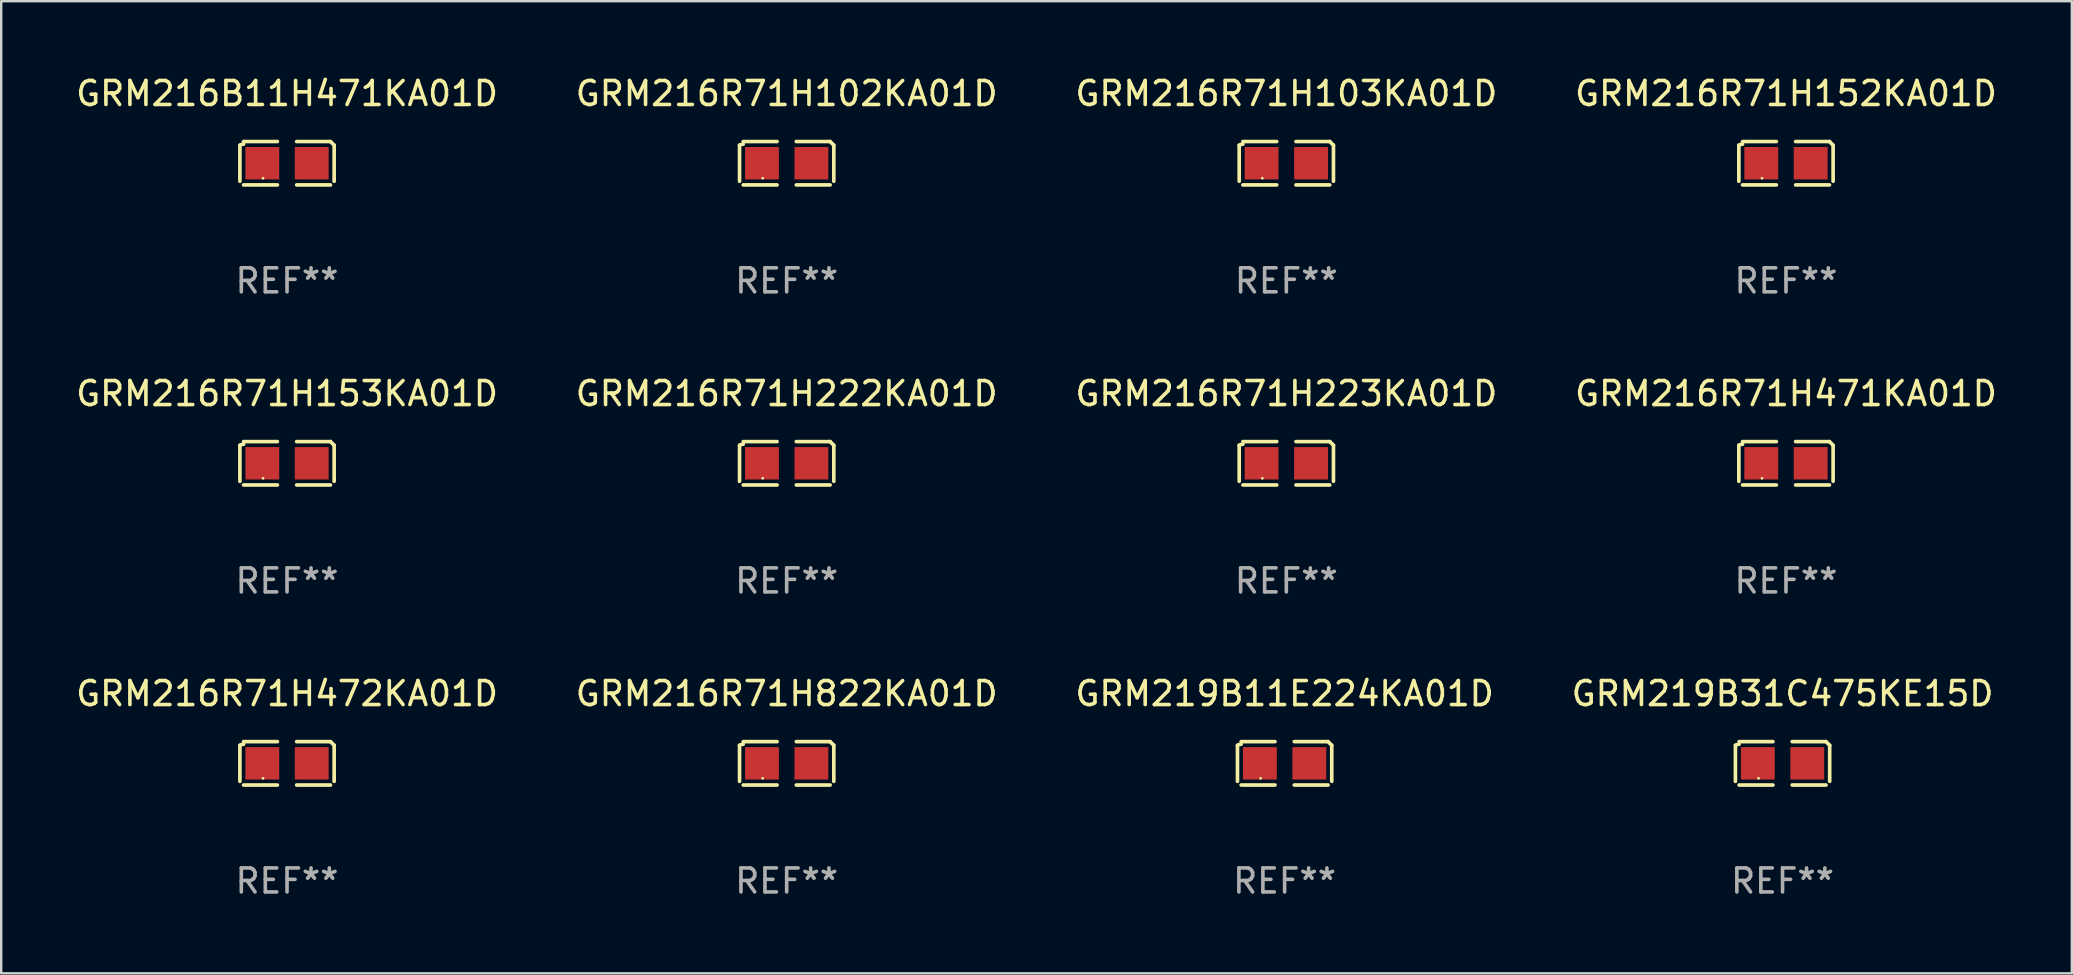
<source format=kicad_pcb>
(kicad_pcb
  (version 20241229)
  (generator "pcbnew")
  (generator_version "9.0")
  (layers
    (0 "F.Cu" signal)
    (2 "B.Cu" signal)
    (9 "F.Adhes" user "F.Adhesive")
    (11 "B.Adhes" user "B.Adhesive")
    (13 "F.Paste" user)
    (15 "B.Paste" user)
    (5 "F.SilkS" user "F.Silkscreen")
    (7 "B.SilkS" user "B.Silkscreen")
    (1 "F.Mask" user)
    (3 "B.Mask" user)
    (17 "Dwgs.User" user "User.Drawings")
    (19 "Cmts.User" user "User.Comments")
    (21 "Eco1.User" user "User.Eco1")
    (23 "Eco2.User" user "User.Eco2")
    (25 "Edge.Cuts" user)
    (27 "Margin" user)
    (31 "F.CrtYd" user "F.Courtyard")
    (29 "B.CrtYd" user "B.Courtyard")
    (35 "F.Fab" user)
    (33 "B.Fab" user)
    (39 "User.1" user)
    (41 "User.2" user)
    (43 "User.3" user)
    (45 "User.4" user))
  (footprint "GRM216R71H222KA01D"
    (layer "F.Cu")
    (at 29.732 16.256)
    (property "Reference" "GRM216R71H222KA01D" (at 0 -2.904 0) (layer "F.SilkS") (effects (font (size 1 1) (thickness 0.15))))
    (attr through_hole)
    (fp_line (start -1.964 0.751) (end -1.964 -0.751) (stroke (width 0.152) (type solid)) (layer "F.SilkS"))
    (fp_line (start -1.811 -0.904) (end -0.401 -0.904) (stroke (width 0.152) (type solid)) (layer "F.SilkS"))
    (fp_line (start -0.401 0.904) (end -1.811 0.904) (stroke (width 0.152) (type solid)) (layer "F.SilkS"))
    (fp_line (start 0.401 0.904) (end 1.811 0.904) (stroke (width 0.152) (type solid)) (layer "F.SilkS"))
    (fp_line (start 1.811 -0.904) (end 0.401 -0.904) (stroke (width 0.152) (type solid)) (layer "F.SilkS"))
    (fp_line (start 1.964 0.751) (end 1.964 -0.751) (stroke (width 0.152) (type solid)) (layer "F.SilkS"))
    (fp_arc (start -1.963602 -0.751207) (mid -1.890354 -0.783131) (end -1.811201 -0.794044) (stroke (width 0.1524) (type solid)) (layer "F.SilkS"))
    (fp_arc (start 1.811202 -0.903607) (mid 1.887413 -0.827418) (end 1.963602 -0.751207) (stroke (width 0.1524) (type solid)) (layer "F.SilkS"))
    (fp_circle (center -1 0.625) (end -0.97 0.625) (stroke (width 0.06) (type solid)) (fill no) (layer "F.SilkS"))
    (fp_text user "REF**" (at 0 4.904 0) (layer "F.Fab") (effects (font (size 1 1) (thickness 0.15))))
    (pad "1" smd rect (at -1.03 0) (size 1.41 1.35) (layers "F.Cu" "F.Mask" "F.Paste"))
    (pad "2" smd rect (at 1.03 0) (size 1.41 1.35) (layers "F.Cu" "F.Mask" "F.Paste")))
  (footprint "GRM216R71H152KA01D"
    (layer "F.Cu")
    (at 71.375 3.752)
    (property "Reference" "GRM216R71H152KA01D" (at 0 -2.904 0) (layer "F.SilkS") (effects (font (size 1 1) (thickness 0.15))))
    (attr through_hole)
    (fp_line (start -1.964 0.751) (end -1.964 -0.751) (stroke (width 0.152) (type solid)) (layer "F.SilkS"))
    (fp_line (start -1.811 -0.904) (end -0.401 -0.904) (stroke (width 0.152) (type solid)) (layer "F.SilkS"))
    (fp_line (start -0.401 0.904) (end -1.811 0.904) (stroke (width 0.152) (type solid)) (layer "F.SilkS"))
    (fp_line (start 0.401 0.904) (end 1.811 0.904) (stroke (width 0.152) (type solid)) (layer "F.SilkS"))
    (fp_line (start 1.811 -0.904) (end 0.401 -0.904) (stroke (width 0.152) (type solid)) (layer "F.SilkS"))
    (fp_line (start 1.964 0.751) (end 1.964 -0.751) (stroke (width 0.152) (type solid)) (layer "F.SilkS"))
    (fp_arc (start -1.963602 -0.751207) (mid -1.890354 -0.783131) (end -1.811201 -0.794044) (stroke (width 0.1524) (type solid)) (layer "F.SilkS"))
    (fp_arc (start 1.811202 -0.903607) (mid 1.887413 -0.827418) (end 1.963602 -0.751207) (stroke (width 0.1524) (type solid)) (layer "F.SilkS"))
    (fp_circle (center -1 0.625) (end -0.97 0.625) (stroke (width 0.06) (type solid)) (fill no) (layer "F.SilkS"))
    (fp_text user "REF**" (at 0 4.904 0) (layer "F.Fab") (effects (font (size 1 1) (thickness 0.15))))
    (pad "1" smd rect (at -1.03 0) (size 1.41 1.35) (layers "F.Cu" "F.Mask" "F.Paste"))
    (pad "2" smd rect (at 1.03 0) (size 1.41 1.35) (layers "F.Cu" "F.Mask" "F.Paste")))
  (footprint "GRM216R71H472KA01D"
    (layer "F.Cu")
    (at 8.911 28.759)
    (property "Reference" "GRM216R71H472KA01D" (at 0 -2.904 0) (layer "F.SilkS") (effects (font (size 1 1) (thickness 0.15))))
    (attr through_hole)
    (fp_line (start -1.964 0.751) (end -1.964 -0.751) (stroke (width 0.152) (type solid)) (layer "F.SilkS"))
    (fp_line (start -1.811 -0.904) (end -0.401 -0.904) (stroke (width 0.152) (type solid)) (layer "F.SilkS"))
    (fp_line (start -0.401 0.904) (end -1.811 0.904) (stroke (width 0.152) (type solid)) (layer "F.SilkS"))
    (fp_line (start 0.401 0.904) (end 1.811 0.904) (stroke (width 0.152) (type solid)) (layer "F.SilkS"))
    (fp_line (start 1.811 -0.904) (end 0.401 -0.904) (stroke (width 0.152) (type solid)) (layer "F.SilkS"))
    (fp_line (start 1.964 0.751) (end 1.964 -0.751) (stroke (width 0.152) (type solid)) (layer "F.SilkS"))
    (fp_arc (start -1.963602 -0.751207) (mid -1.890354 -0.783131) (end -1.811201 -0.794044) (stroke (width 0.1524) (type solid)) (layer "F.SilkS"))
    (fp_arc (start 1.811202 -0.903607) (mid 1.887413 -0.827418) (end 1.963602 -0.751207) (stroke (width 0.1524) (type solid)) (layer "F.SilkS"))
    (fp_circle (center -1 0.625) (end -0.97 0.625) (stroke (width 0.06) (type solid)) (fill no) (layer "F.SilkS"))
    (fp_text user "REF**" (at 0 4.904 0) (layer "F.Fab") (effects (font (size 1 1) (thickness 0.15))))
    (pad "1" smd rect (at -1.03 0) (size 1.41 1.35) (layers "F.Cu" "F.Mask" "F.Paste"))
    (pad "2" smd rect (at 1.03 0) (size 1.41 1.35) (layers "F.Cu" "F.Mask" "F.Paste")))
  (footprint "GRM216B11H471KA01D"
    (layer "F.Cu")
    (at 8.911 3.752)
    (property "Reference" "GRM216B11H471KA01D" (at 0 -2.904 0) (layer "F.SilkS") (effects (font (size 1 1) (thickness 0.15))))
    (attr through_hole)
    (fp_line (start -1.964 0.751) (end -1.964 -0.751) (stroke (width 0.152) (type solid)) (layer "F.SilkS"))
    (fp_line (start -1.811 -0.904) (end -0.401 -0.904) (stroke (width 0.152) (type solid)) (layer "F.SilkS"))
    (fp_line (start -0.401 0.904) (end -1.811 0.904) (stroke (width 0.152) (type solid)) (layer "F.SilkS"))
    (fp_line (start 0.401 0.904) (end 1.811 0.904) (stroke (width 0.152) (type solid)) (layer "F.SilkS"))
    (fp_line (start 1.811 -0.904) (end 0.401 -0.904) (stroke (width 0.152) (type solid)) (layer "F.SilkS"))
    (fp_line (start 1.964 0.751) (end 1.964 -0.751) (stroke (width 0.152) (type solid)) (layer "F.SilkS"))
    (fp_arc (start -1.963602 -0.751207) (mid -1.890354 -0.783131) (end -1.811201 -0.794044) (stroke (width 0.1524) (type solid)) (layer "F.SilkS"))
    (fp_arc (start 1.811202 -0.903607) (mid 1.887413 -0.827418) (end 1.963602 -0.751207) (stroke (width 0.1524) (type solid)) (layer "F.SilkS"))
    (fp_circle (center -1 0.625) (end -0.97 0.625) (stroke (width 0.06) (type solid)) (fill no) (layer "F.SilkS"))
    (fp_text user "REF**" (at 0 4.904 0) (layer "F.Fab") (effects (font (size 1 1) (thickness 0.15))))
    (pad "1" smd rect (at -1.03 0) (size 1.41 1.35) (layers "F.Cu" "F.Mask" "F.Paste"))
    (pad "2" smd rect (at 1.03 0) (size 1.41 1.35) (layers "F.Cu" "F.Mask" "F.Paste")))
  (footprint "GRM216R71H102KA01D"
    (layer "F.Cu")
    (at 29.732 3.752)
    (property "Reference" "GRM216R71H102KA01D" (at 0 -2.904 0) (layer "F.SilkS") (effects (font (size 1 1) (thickness 0.15))))
    (attr through_hole)
    (fp_line (start -1.964 0.751) (end -1.964 -0.751) (stroke (width 0.152) (type solid)) (layer "F.SilkS"))
    (fp_line (start -1.811 -0.904) (end -0.401 -0.904) (stroke (width 0.152) (type solid)) (layer "F.SilkS"))
    (fp_line (start -0.401 0.904) (end -1.811 0.904) (stroke (width 0.152) (type solid)) (layer "F.SilkS"))
    (fp_line (start 0.401 0.904) (end 1.811 0.904) (stroke (width 0.152) (type solid)) (layer "F.SilkS"))
    (fp_line (start 1.811 -0.904) (end 0.401 -0.904) (stroke (width 0.152) (type solid)) (layer "F.SilkS"))
    (fp_line (start 1.964 0.751) (end 1.964 -0.751) (stroke (width 0.152) (type solid)) (layer "F.SilkS"))
    (fp_arc (start -1.963602 -0.751207) (mid -1.890354 -0.783131) (end -1.811201 -0.794044) (stroke (width 0.1524) (type solid)) (layer "F.SilkS"))
    (fp_arc (start 1.811202 -0.903607) (mid 1.887413 -0.827418) (end 1.963602 -0.751207) (stroke (width 0.1524) (type solid)) (layer "F.SilkS"))
    (fp_circle (center -1 0.625) (end -0.97 0.625) (stroke (width 0.06) (type solid)) (fill no) (layer "F.SilkS"))
    (fp_text user "REF**" (at 0 4.904 0) (layer "F.Fab") (effects (font (size 1 1) (thickness 0.15))))
    (pad "1" smd rect (at -1.03 0) (size 1.41 1.35) (layers "F.Cu" "F.Mask" "F.Paste"))
    (pad "2" smd rect (at 1.03 0) (size 1.41 1.35) (layers "F.Cu" "F.Mask" "F.Paste")))
  (footprint "GRM216R71H822KA01D"
    (layer "F.Cu")
    (at 29.732 28.759)
    (property "Reference" "GRM216R71H822KA01D" (at 0 -2.904 0) (layer "F.SilkS") (effects (font (size 1 1) (thickness 0.15))))
    (attr through_hole)
    (fp_line (start -1.964 0.751) (end -1.964 -0.751) (stroke (width 0.152) (type solid)) (layer "F.SilkS"))
    (fp_line (start -1.811 -0.904) (end -0.401 -0.904) (stroke (width 0.152) (type solid)) (layer "F.SilkS"))
    (fp_line (start -0.401 0.904) (end -1.811 0.904) (stroke (width 0.152) (type solid)) (layer "F.SilkS"))
    (fp_line (start 0.401 0.904) (end 1.811 0.904) (stroke (width 0.152) (type solid)) (layer "F.SilkS"))
    (fp_line (start 1.811 -0.904) (end 0.401 -0.904) (stroke (width 0.152) (type solid)) (layer "F.SilkS"))
    (fp_line (start 1.964 0.751) (end 1.964 -0.751) (stroke (width 0.152) (type solid)) (layer "F.SilkS"))
    (fp_arc (start -1.963602 -0.751207) (mid -1.890354 -0.783131) (end -1.811201 -0.794044) (stroke (width 0.1524) (type solid)) (layer "F.SilkS"))
    (fp_arc (start 1.811202 -0.903607) (mid 1.887413 -0.827418) (end 1.963602 -0.751207) (stroke (width 0.1524) (type solid)) (layer "F.SilkS"))
    (fp_circle (center -1 0.625) (end -0.97 0.625) (stroke (width 0.06) (type solid)) (fill no) (layer "F.SilkS"))
    (fp_text user "REF**" (at 0 4.904 0) (layer "F.Fab") (effects (font (size 1 1) (thickness 0.15))))
    (pad "1" smd rect (at -1.03 0) (size 1.41 1.35) (layers "F.Cu" "F.Mask" "F.Paste"))
    (pad "2" smd rect (at 1.03 0) (size 1.41 1.35) (layers "F.Cu" "F.Mask" "F.Paste")))
  (footprint "GRM219B31C475KE15D"
    (layer "F.Cu")
    (at 71.232 28.759)
    (property "Reference" "GRM219B31C475KE15D" (at 0 -2.904 0) (layer "F.SilkS") (effects (font (size 1 1) (thickness 0.15))))
    (attr through_hole)
    (fp_line (start -1.964 0.751) (end -1.964 -0.751) (stroke (width 0.152) (type solid)) (layer "F.SilkS"))
    (fp_line (start -1.811 -0.904) (end -0.401 -0.904) (stroke (width 0.152) (type solid)) (layer "F.SilkS"))
    (fp_line (start -0.401 0.904) (end -1.811 0.904) (stroke (width 0.152) (type solid)) (layer "F.SilkS"))
    (fp_line (start 0.401 0.904) (end 1.811 0.904) (stroke (width 0.152) (type solid)) (layer "F.SilkS"))
    (fp_line (start 1.811 -0.904) (end 0.401 -0.904) (stroke (width 0.152) (type solid)) (layer "F.SilkS"))
    (fp_line (start 1.964 0.751) (end 1.964 -0.751) (stroke (width 0.152) (type solid)) (layer "F.SilkS"))
    (fp_arc (start -1.963602 -0.751207) (mid -1.890354 -0.783131) (end -1.811201 -0.794044) (stroke (width 0.1524) (type solid)) (layer "F.SilkS"))
    (fp_arc (start 1.811202 -0.903607) (mid 1.887413 -0.827418) (end 1.963602 -0.751207) (stroke (width 0.1524) (type solid)) (layer "F.SilkS"))
    (fp_circle (center -1 0.625) (end -0.97 0.625) (stroke (width 0.06) (type solid)) (fill no) (layer "F.SilkS"))
    (fp_text user "REF**" (at 0 4.904 0) (layer "F.Fab") (effects (font (size 1 1) (thickness 0.15))))
    (pad "1" smd rect (at -1.03 0) (size 1.41 1.35) (layers "F.Cu" "F.Mask" "F.Paste"))
    (pad "2" smd rect (at 1.03 0) (size 1.41 1.35) (layers "F.Cu" "F.Mask" "F.Paste")))
  (footprint "GRM219B11E224KA01D"
    (layer "F.Cu")
    (at 50.482 28.759)
    (property "Reference" "GRM219B11E224KA01D" (at 0 -2.904 0) (layer "F.SilkS") (effects (font (size 1 1) (thickness 0.15))))
    (attr through_hole)
    (fp_line (start -1.964 0.751) (end -1.964 -0.751) (stroke (width 0.152) (type solid)) (layer "F.SilkS"))
    (fp_line (start -1.811 -0.904) (end -0.401 -0.904) (stroke (width 0.152) (type solid)) (layer "F.SilkS"))
    (fp_line (start -0.401 0.904) (end -1.811 0.904) (stroke (width 0.152) (type solid)) (layer "F.SilkS"))
    (fp_line (start 0.401 0.904) (end 1.811 0.904) (stroke (width 0.152) (type solid)) (layer "F.SilkS"))
    (fp_line (start 1.811 -0.904) (end 0.401 -0.904) (stroke (width 0.152) (type solid)) (layer "F.SilkS"))
    (fp_line (start 1.964 0.751) (end 1.964 -0.751) (stroke (width 0.152) (type solid)) (layer "F.SilkS"))
    (fp_arc (start -1.963602 -0.751207) (mid -1.890354 -0.783131) (end -1.811201 -0.794044) (stroke (width 0.1524) (type solid)) (layer "F.SilkS"))
    (fp_arc (start 1.811202 -0.903607) (mid 1.887413 -0.827418) (end 1.963602 -0.751207) (stroke (width 0.1524) (type solid)) (layer "F.SilkS"))
    (fp_circle (center -1 0.625) (end -0.97 0.625) (stroke (width 0.06) (type solid)) (fill no) (layer "F.SilkS"))
    (fp_text user "REF**" (at 0 4.904 0) (layer "F.Fab") (effects (font (size 1 1) (thickness 0.15))))
    (pad "1" smd rect (at -1.03 0) (size 1.41 1.35) (layers "F.Cu" "F.Mask" "F.Paste"))
    (pad "2" smd rect (at 1.03 0) (size 1.41 1.35) (layers "F.Cu" "F.Mask" "F.Paste")))
  (footprint "GRM216R71H223KA01D"
    (layer "F.Cu")
    (at 50.554 16.256)
    (property "Reference" "GRM216R71H223KA01D" (at 0 -2.904 0) (layer "F.SilkS") (effects (font (size 1 1) (thickness 0.15))))
    (attr through_hole)
    (fp_line (start -1.964 0.751) (end -1.964 -0.751) (stroke (width 0.152) (type solid)) (layer "F.SilkS"))
    (fp_line (start -1.811 -0.904) (end -0.401 -0.904) (stroke (width 0.152) (type solid)) (layer "F.SilkS"))
    (fp_line (start -0.401 0.904) (end -1.811 0.904) (stroke (width 0.152) (type solid)) (layer "F.SilkS"))
    (fp_line (start 0.401 0.904) (end 1.811 0.904) (stroke (width 0.152) (type solid)) (layer "F.SilkS"))
    (fp_line (start 1.811 -0.904) (end 0.401 -0.904) (stroke (width 0.152) (type solid)) (layer "F.SilkS"))
    (fp_line (start 1.964 0.751) (end 1.964 -0.751) (stroke (width 0.152) (type solid)) (layer "F.SilkS"))
    (fp_arc (start -1.963602 -0.751207) (mid -1.890354 -0.783131) (end -1.811201 -0.794044) (stroke (width 0.1524) (type solid)) (layer "F.SilkS"))
    (fp_arc (start 1.811202 -0.903607) (mid 1.887413 -0.827418) (end 1.963602 -0.751207) (stroke (width 0.1524) (type solid)) (layer "F.SilkS"))
    (fp_circle (center -1 0.625) (end -0.97 0.625) (stroke (width 0.06) (type solid)) (fill no) (layer "F.SilkS"))
    (fp_text user "REF**" (at 0 4.904 0) (layer "F.Fab") (effects (font (size 1 1) (thickness 0.15))))
    (pad "1" smd rect (at -1.03 0) (size 1.41 1.35) (layers "F.Cu" "F.Mask" "F.Paste"))
    (pad "2" smd rect (at 1.03 0) (size 1.41 1.35) (layers "F.Cu" "F.Mask" "F.Paste")))
  (footprint "GRM216R71H471KA01D"
    (layer "F.Cu")
    (at 71.375 16.256)
    (property "Reference" "GRM216R71H471KA01D" (at 0 -2.904 0) (layer "F.SilkS") (effects (font (size 1 1) (thickness 0.15))))
    (attr through_hole)
    (fp_line (start -1.964 0.751) (end -1.964 -0.751) (stroke (width 0.152) (type solid)) (layer "F.SilkS"))
    (fp_line (start -1.811 -0.904) (end -0.401 -0.904) (stroke (width 0.152) (type solid)) (layer "F.SilkS"))
    (fp_line (start -0.401 0.904) (end -1.811 0.904) (stroke (width 0.152) (type solid)) (layer "F.SilkS"))
    (fp_line (start 0.401 0.904) (end 1.811 0.904) (stroke (width 0.152) (type solid)) (layer "F.SilkS"))
    (fp_line (start 1.811 -0.904) (end 0.401 -0.904) (stroke (width 0.152) (type solid)) (layer "F.SilkS"))
    (fp_line (start 1.964 0.751) (end 1.964 -0.751) (stroke (width 0.152) (type solid)) (layer "F.SilkS"))
    (fp_arc (start -1.963602 -0.751207) (mid -1.890354 -0.783131) (end -1.811201 -0.794044) (stroke (width 0.1524) (type solid)) (layer "F.SilkS"))
    (fp_arc (start 1.811202 -0.903607) (mid 1.887413 -0.827418) (end 1.963602 -0.751207) (stroke (width 0.1524) (type solid)) (layer "F.SilkS"))
    (fp_circle (center -1 0.625) (end -0.97 0.625) (stroke (width 0.06) (type solid)) (fill no) (layer "F.SilkS"))
    (fp_text user "REF**" (at 0 4.904 0) (layer "F.Fab") (effects (font (size 1 1) (thickness 0.15))))
    (pad "1" smd rect (at -1.03 0) (size 1.41 1.35) (layers "F.Cu" "F.Mask" "F.Paste"))
    (pad "2" smd rect (at 1.03 0) (size 1.41 1.35) (layers "F.Cu" "F.Mask" "F.Paste")))
  (footprint "GRM216R71H153KA01D"
    (layer "F.Cu")
    (at 8.911 16.256)
    (property "Reference" "GRM216R71H153KA01D" (at 0 -2.904 0) (layer "F.SilkS") (effects (font (size 1 1) (thickness 0.15))))
    (attr through_hole)
    (fp_line (start -1.964 0.751) (end -1.964 -0.751) (stroke (width 0.152) (type solid)) (layer "F.SilkS"))
    (fp_line (start -1.811 -0.904) (end -0.401 -0.904) (stroke (width 0.152) (type solid)) (layer "F.SilkS"))
    (fp_line (start -0.401 0.904) (end -1.811 0.904) (stroke (width 0.152) (type solid)) (layer "F.SilkS"))
    (fp_line (start 0.401 0.904) (end 1.811 0.904) (stroke (width 0.152) (type solid)) (layer "F.SilkS"))
    (fp_line (start 1.811 -0.904) (end 0.401 -0.904) (stroke (width 0.152) (type solid)) (layer "F.SilkS"))
    (fp_line (start 1.964 0.751) (end 1.964 -0.751) (stroke (width 0.152) (type solid)) (layer "F.SilkS"))
    (fp_arc (start -1.963602 -0.751207) (mid -1.890354 -0.783131) (end -1.811201 -0.794044) (stroke (width 0.1524) (type solid)) (layer "F.SilkS"))
    (fp_arc (start 1.811202 -0.903607) (mid 1.887413 -0.827418) (end 1.963602 -0.751207) (stroke (width 0.1524) (type solid)) (layer "F.SilkS"))
    (fp_circle (center -1 0.625) (end -0.97 0.625) (stroke (width 0.06) (type solid)) (fill no) (layer "F.SilkS"))
    (fp_text user "REF**" (at 0 4.904 0) (layer "F.Fab") (effects (font (size 1 1) (thickness 0.15))))
    (pad "1" smd rect (at -1.03 0) (size 1.41 1.35) (layers "F.Cu" "F.Mask" "F.Paste"))
    (pad "2" smd rect (at 1.03 0) (size 1.41 1.35) (layers "F.Cu" "F.Mask" "F.Paste")))
  (footprint "GRM216R71H103KA01D"
    (layer "F.Cu")
    (at 50.554 3.752)
    (property "Reference" "GRM216R71H103KA01D" (at 0 -2.904 0) (layer "F.SilkS") (effects (font (size 1 1) (thickness 0.15))))
    (attr through_hole)
    (fp_line (start -1.964 0.751) (end -1.964 -0.751) (stroke (width 0.152) (type solid)) (layer "F.SilkS"))
    (fp_line (start -1.811 -0.904) (end -0.401 -0.904) (stroke (width 0.152) (type solid)) (layer "F.SilkS"))
    (fp_line (start -0.401 0.904) (end -1.811 0.904) (stroke (width 0.152) (type solid)) (layer "F.SilkS"))
    (fp_line (start 0.401 0.904) (end 1.811 0.904) (stroke (width 0.152) (type solid)) (layer "F.SilkS"))
    (fp_line (start 1.811 -0.904) (end 0.401 -0.904) (stroke (width 0.152) (type solid)) (layer "F.SilkS"))
    (fp_line (start 1.964 0.751) (end 1.964 -0.751) (stroke (width 0.152) (type solid)) (layer "F.SilkS"))
    (fp_arc (start -1.963602 -0.751207) (mid -1.890354 -0.783131) (end -1.811201 -0.794044) (stroke (width 0.1524) (type solid)) (layer "F.SilkS"))
    (fp_arc (start 1.811202 -0.903607) (mid 1.887413 -0.827418) (end 1.963602 -0.751207) (stroke (width 0.1524) (type solid)) (layer "F.SilkS"))
    (fp_circle (center -1 0.625) (end -0.97 0.625) (stroke (width 0.06) (type solid)) (fill no) (layer "F.SilkS"))
    (fp_text user "REF**" (at 0 4.904 0) (layer "F.Fab") (effects (font (size 1 1) (thickness 0.15))))
    (pad "1" smd rect (at -1.03 0) (size 1.41 1.35) (layers "F.Cu" "F.Mask" "F.Paste"))
    (pad "2" smd rect (at 1.03 0) (size 1.41 1.35) (layers "F.Cu" "F.Mask" "F.Paste")))
  (gr_rect
    (start -3 -3)
    (end 83.286 37.511)
    (stroke (width 0.1) (type default))
    (fill no)
    (layer "Edge.Cuts")))
</source>
